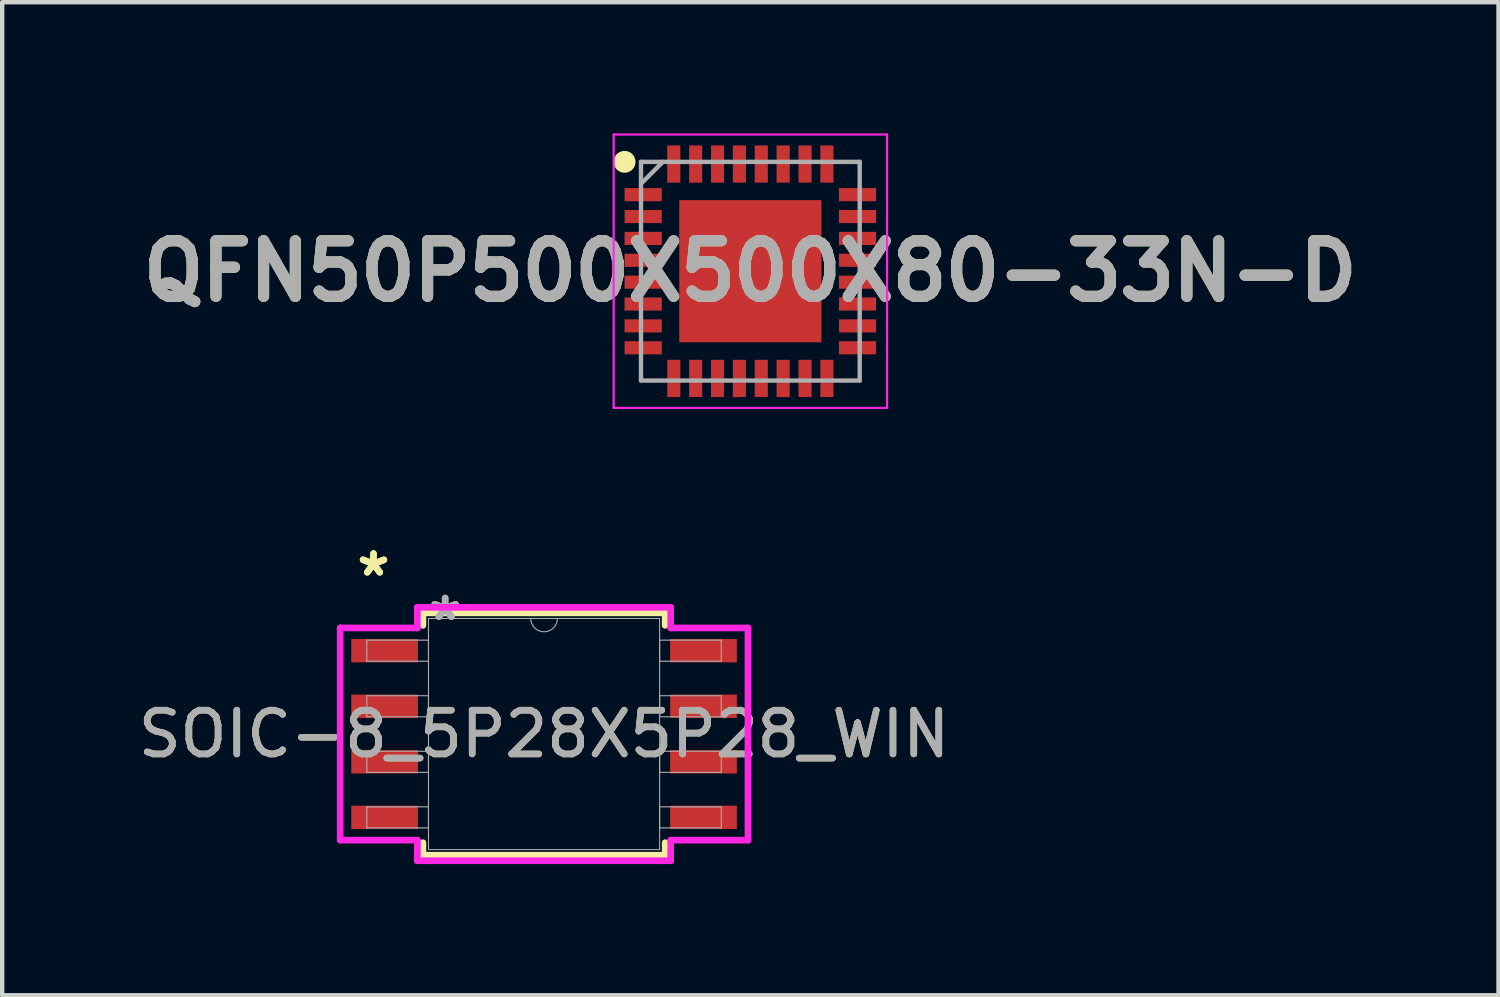
<source format=kicad_pcb>
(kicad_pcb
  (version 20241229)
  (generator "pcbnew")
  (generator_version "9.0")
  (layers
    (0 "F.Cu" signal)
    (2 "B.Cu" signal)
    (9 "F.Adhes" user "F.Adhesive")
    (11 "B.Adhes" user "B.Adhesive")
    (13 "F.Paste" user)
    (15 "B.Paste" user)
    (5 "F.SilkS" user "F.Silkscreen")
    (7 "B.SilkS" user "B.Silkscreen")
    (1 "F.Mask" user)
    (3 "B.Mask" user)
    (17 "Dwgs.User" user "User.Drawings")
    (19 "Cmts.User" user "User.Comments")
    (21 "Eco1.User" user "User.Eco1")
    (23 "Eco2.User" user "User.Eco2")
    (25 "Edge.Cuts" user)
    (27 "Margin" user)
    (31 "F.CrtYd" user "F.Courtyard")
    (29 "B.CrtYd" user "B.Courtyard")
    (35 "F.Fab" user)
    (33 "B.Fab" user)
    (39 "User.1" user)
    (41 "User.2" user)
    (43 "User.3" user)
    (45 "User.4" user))
  (footprint "SOIC-8_5P28X5P28_WIN"
    (layer "F.Cu")
    (at 9.387 13.73)
    (property "Reference" "SOIC-8_5P28X5P28_WIN" (at 0 0 0) (unlocked yes) (layer "F.SilkS") (effects (font (size 1 1) (thickness 0.15))))
    (attr smd)
    (fp_line (start -2.769 -2.769) (end -2.769 -2.484) (stroke (width 0.152) (type solid)) (layer "F.SilkS"))
    (fp_line (start -2.769 2.484) (end -2.769 2.769) (stroke (width 0.152) (type solid)) (layer "F.SilkS"))
    (fp_line (start -2.769 2.769) (end 2.769 2.769) (stroke (width 0.152) (type solid)) (layer "F.SilkS"))
    (fp_line (start 2.769 -2.769) (end -2.769 -2.769) (stroke (width 0.152) (type solid)) (layer "F.SilkS"))
    (fp_line (start 2.769 -2.484) (end 2.769 -2.769) (stroke (width 0.152) (type solid)) (layer "F.SilkS"))
    (fp_line (start 2.769 2.769) (end 2.769 2.484) (stroke (width 0.152) (type solid)) (layer "F.SilkS"))
    (fp_line (start -4.661 -2.426) (end -2.896 -2.426) (stroke (width 0.152) (type solid)) (layer "F.CrtYd"))
    (fp_line (start -4.661 2.426) (end -4.661 -2.426) (stroke (width 0.152) (type solid)) (layer "F.CrtYd"))
    (fp_line (start -4.661 2.426) (end -2.896 2.426) (stroke (width 0.152) (type solid)) (layer "F.CrtYd"))
    (fp_line (start -2.896 -2.896) (end 2.896 -2.896) (stroke (width 0.152) (type solid)) (layer "F.CrtYd"))
    (fp_line (start -2.896 -2.426) (end -2.896 -2.896) (stroke (width 0.152) (type solid)) (layer "F.CrtYd"))
    (fp_line (start -2.896 2.896) (end -2.896 2.426) (stroke (width 0.152) (type solid)) (layer "F.CrtYd"))
    (fp_line (start 2.896 -2.896) (end 2.896 -2.426) (stroke (width 0.152) (type solid)) (layer "F.CrtYd"))
    (fp_line (start 2.896 2.426) (end 2.896 2.896) (stroke (width 0.152) (type solid)) (layer "F.CrtYd"))
    (fp_line (start 2.896 2.896) (end -2.896 2.896) (stroke (width 0.152) (type solid)) (layer "F.CrtYd"))
    (fp_line (start 4.661 -2.426) (end 2.896 -2.426) (stroke (width 0.152) (type solid)) (layer "F.CrtYd"))
    (fp_line (start 4.661 -2.426) (end 4.661 2.426) (stroke (width 0.152) (type solid)) (layer "F.CrtYd"))
    (fp_line (start 4.661 2.426) (end 2.896 2.426) (stroke (width 0.152) (type solid)) (layer "F.CrtYd"))
    (fp_line (start -4.051 -2.146) (end -4.051 -1.664) (stroke (width 0.025) (type solid)) (layer "F.Fab"))
    (fp_line (start -4.051 -1.664) (end -2.642 -1.664) (stroke (width 0.025) (type solid)) (layer "F.Fab"))
    (fp_line (start -4.051 -0.876) (end -4.051 -0.394) (stroke (width 0.025) (type solid)) (layer "F.Fab"))
    (fp_line (start -4.051 -0.394) (end -2.642 -0.394) (stroke (width 0.025) (type solid)) (layer "F.Fab"))
    (fp_line (start -4.051 0.394) (end -4.051 0.876) (stroke (width 0.025) (type solid)) (layer "F.Fab"))
    (fp_line (start -4.051 0.876) (end -2.642 0.876) (stroke (width 0.025) (type solid)) (layer "F.Fab"))
    (fp_line (start -4.051 1.664) (end -4.051 2.146) (stroke (width 0.025) (type solid)) (layer "F.Fab"))
    (fp_line (start -4.051 2.146) (end -2.642 2.146) (stroke (width 0.025) (type solid)) (layer "F.Fab"))
    (fp_line (start -2.642 -2.642) (end -2.642 2.642) (stroke (width 0.025) (type solid)) (layer "F.Fab"))
    (fp_line (start -2.642 -2.146) (end -4.051 -2.146) (stroke (width 0.025) (type solid)) (layer "F.Fab"))
    (fp_line (start -2.642 -1.664) (end -2.642 -2.146) (stroke (width 0.025) (type solid)) (layer "F.Fab"))
    (fp_line (start -2.642 -0.876) (end -4.051 -0.876) (stroke (width 0.025) (type solid)) (layer "F.Fab"))
    (fp_line (start -2.642 -0.394) (end -2.642 -0.876) (stroke (width 0.025) (type solid)) (layer "F.Fab"))
    (fp_line (start -2.642 0.394) (end -4.051 0.394) (stroke (width 0.025) (type solid)) (layer "F.Fab"))
    (fp_line (start -2.642 0.876) (end -2.642 0.394) (stroke (width 0.025) (type solid)) (layer "F.Fab"))
    (fp_line (start -2.642 1.664) (end -4.051 1.664) (stroke (width 0.025) (type solid)) (layer "F.Fab"))
    (fp_line (start -2.642 2.146) (end -2.642 1.664) (stroke (width 0.025) (type solid)) (layer "F.Fab"))
    (fp_line (start -2.642 2.642) (end 2.642 2.642) (stroke (width 0.025) (type solid)) (layer "F.Fab"))
    (fp_line (start 2.642 -2.642) (end -2.642 -2.642) (stroke (width 0.025) (type solid)) (layer "F.Fab"))
    (fp_line (start 2.642 -2.146) (end 2.642 -1.664) (stroke (width 0.025) (type solid)) (layer "F.Fab"))
    (fp_line (start 2.642 -1.664) (end 4.051 -1.664) (stroke (width 0.025) (type solid)) (layer "F.Fab"))
    (fp_line (start 2.642 -0.876) (end 2.642 -0.394) (stroke (width 0.025) (type solid)) (layer "F.Fab"))
    (fp_line (start 2.642 -0.394) (end 4.051 -0.394) (stroke (width 0.025) (type solid)) (layer "F.Fab"))
    (fp_line (start 2.642 0.394) (end 2.642 0.876) (stroke (width 0.025) (type solid)) (layer "F.Fab"))
    (fp_line (start 2.642 0.876) (end 4.051 0.876) (stroke (width 0.025) (type solid)) (layer "F.Fab"))
    (fp_line (start 2.642 1.664) (end 2.642 2.146) (stroke (width 0.025) (type solid)) (layer "F.Fab"))
    (fp_line (start 2.642 2.146) (end 4.051 2.146) (stroke (width 0.025) (type solid)) (layer "F.Fab"))
    (fp_line (start 2.642 2.642) (end 2.642 -2.642) (stroke (width 0.025) (type solid)) (layer "F.Fab"))
    (fp_line (start 4.051 -2.146) (end 2.642 -2.146) (stroke (width 0.025) (type solid)) (layer "F.Fab"))
    (fp_line (start 4.051 -1.664) (end 4.051 -2.146) (stroke (width 0.025) (type solid)) (layer "F.Fab"))
    (fp_line (start 4.051 -0.876) (end 2.642 -0.876) (stroke (width 0.025) (type solid)) (layer "F.Fab"))
    (fp_line (start 4.051 -0.394) (end 4.051 -0.876) (stroke (width 0.025) (type solid)) (layer "F.Fab"))
    (fp_line (start 4.051 0.394) (end 2.642 0.394) (stroke (width 0.025) (type solid)) (layer "F.Fab"))
    (fp_line (start 4.051 0.876) (end 4.051 0.394) (stroke (width 0.025) (type solid)) (layer "F.Fab"))
    (fp_line (start 4.051 1.664) (end 2.642 1.664) (stroke (width 0.025) (type solid)) (layer "F.Fab"))
    (fp_line (start 4.051 2.146) (end 4.051 1.664) (stroke (width 0.025) (type solid)) (layer "F.Fab"))
    (fp_arc (start 0.3048 -2.6416) (mid 0 -2.3368) (end -0.3048 -2.6416) (stroke (width 0.0254) (type solid)) (layer "F.Fab"))
    (fp_text user "*" (at -3.899 -3.581 0) (layer "F.SilkS") (effects (font (size 1 1) (thickness 0.15))))
    (fp_text user "*" (at -3.899 -3.581 0) (unlocked yes) (layer "F.SilkS") (effects (font (size 1 1) (thickness 0.15))))
    (fp_text user "*" (at -2.261 -2.565 0) (unlocked yes) (layer "F.Fab") (effects (font (size 1 1) (thickness 0.15))))
    (fp_text user "${REFERENCE}" (at 0 0 0) (unlocked yes) (layer "F.Fab") (effects (font (size 1 1) (thickness 0.15))))
    (fp_text user "*" (at -2.261 -2.565 0) (layer "F.Fab") (effects (font (size 1 1) (thickness 0.15))))
    (pad "1" smd rect (at -3.645 -1.905) (size 1.524 0.533) (layers "F.Cu" "F.Mask" "F.Paste"))
    (pad "2" smd rect (at -3.645 -0.635) (size 1.524 0.533) (layers "F.Cu" "F.Mask" "F.Paste"))
    (pad "3" smd rect (at -3.645 0.635) (size 1.524 0.533) (layers "F.Cu" "F.Mask" "F.Paste"))
    (pad "4" smd rect (at -3.645 1.905) (size 1.524 0.533) (layers "F.Cu" "F.Mask" "F.Paste"))
    (pad "5" smd rect (at 3.645 1.905) (size 1.524 0.533) (layers "F.Cu" "F.Mask" "F.Paste"))
    (pad "6" smd rect (at 3.645 0.635) (size 1.524 0.533) (layers "F.Cu" "F.Mask" "F.Paste"))
    (pad "7" smd rect (at 3.645 -0.635) (size 1.524 0.533) (layers "F.Cu" "F.Mask" "F.Paste"))
    (pad "8" smd rect (at 3.645 -1.905) (size 1.524 0.533) (layers "F.Cu" "F.Mask" "F.Paste")))
  (footprint "QFN50P500X500X80-33N-D"
    (layer "F.Cu")
    (at 14.103 3.15)
    (property "Reference" "QFN50P500X500X80-33N-D" (at 0 0 0) (layer "F.SilkS") (effects (font (size 1.27 1.27) (thickness 0.254))))
    (attr smd)
    (fp_circle (center -2.875 -2.5) (end -2.875 -2.375) (stroke (width 0.25) (type solid)) (fill no) (layer "F.SilkS"))
    (fp_line (start -3.125 -3.125) (end 3.125 -3.125) (stroke (width 0.05) (type solid)) (layer "F.CrtYd"))
    (fp_line (start -3.125 3.125) (end -3.125 -3.125) (stroke (width 0.05) (type solid)) (layer "F.CrtYd"))
    (fp_line (start 3.125 -3.125) (end 3.125 3.125) (stroke (width 0.05) (type solid)) (layer "F.CrtYd"))
    (fp_line (start 3.125 3.125) (end -3.125 3.125) (stroke (width 0.05) (type solid)) (layer "F.CrtYd"))
    (fp_line (start -2.5 -2.5) (end 2.5 -2.5) (stroke (width 0.1) (type solid)) (layer "F.Fab"))
    (fp_line (start -2.5 -2) (end -2 -2.5) (stroke (width 0.1) (type solid)) (layer "F.Fab"))
    (fp_line (start -2.5 2.5) (end -2.5 -2.5) (stroke (width 0.1) (type solid)) (layer "F.Fab"))
    (fp_line (start 2.5 -2.5) (end 2.5 2.5) (stroke (width 0.1) (type solid)) (layer "F.Fab"))
    (fp_line (start 2.5 2.5) (end -2.5 2.5) (stroke (width 0.1) (type solid)) (layer "F.Fab"))
    (fp_text user "${REFERENCE}" (at 0 0 0) (layer "F.Fab") (effects (font (size 1.27 1.27) (thickness 0.254))))
    (pad "1" smd rect (at -2.45 -1.75 90) (size 0.3 0.85) (layers "F.Cu" "F.Mask" "F.Paste"))
    (pad "2" smd rect (at -2.45 -1.25 90) (size 0.3 0.85) (layers "F.Cu" "F.Mask" "F.Paste"))
    (pad "3" smd rect (at -2.45 -0.75 90) (size 0.3 0.85) (layers "F.Cu" "F.Mask" "F.Paste"))
    (pad "4" smd rect (at -2.45 -0.25 90) (size 0.3 0.85) (layers "F.Cu" "F.Mask" "F.Paste"))
    (pad "5" smd rect (at -2.45 0.25 90) (size 0.3 0.85) (layers "F.Cu" "F.Mask" "F.Paste"))
    (pad "6" smd rect (at -2.45 0.75 90) (size 0.3 0.85) (layers "F.Cu" "F.Mask" "F.Paste"))
    (pad "7" smd rect (at -2.45 1.25 90) (size 0.3 0.85) (layers "F.Cu" "F.Mask" "F.Paste"))
    (pad "8" smd rect (at -2.45 1.75 90) (size 0.3 0.85) (layers "F.Cu" "F.Mask" "F.Paste"))
    (pad "9" smd rect (at -1.75 2.45) (size 0.3 0.85) (layers "F.Cu" "F.Mask" "F.Paste"))
    (pad "10" smd rect (at -1.25 2.45) (size 0.3 0.85) (layers "F.Cu" "F.Mask" "F.Paste"))
    (pad "11" smd rect (at -0.75 2.45) (size 0.3 0.85) (layers "F.Cu" "F.Mask" "F.Paste"))
    (pad "12" smd rect (at -0.25 2.45) (size 0.3 0.85) (layers "F.Cu" "F.Mask" "F.Paste"))
    (pad "13" smd rect (at 0.25 2.45) (size 0.3 0.85) (layers "F.Cu" "F.Mask" "F.Paste"))
    (pad "14" smd rect (at 0.75 2.45) (size 0.3 0.85) (layers "F.Cu" "F.Mask" "F.Paste"))
    (pad "15" smd rect (at 1.25 2.45) (size 0.3 0.85) (layers "F.Cu" "F.Mask" "F.Paste"))
    (pad "16" smd rect (at 1.75 2.45) (size 0.3 0.85) (layers "F.Cu" "F.Mask" "F.Paste"))
    (pad "17" smd rect (at 2.45 1.75 90) (size 0.3 0.85) (layers "F.Cu" "F.Mask" "F.Paste"))
    (pad "18" smd rect (at 2.45 1.25 90) (size 0.3 0.85) (layers "F.Cu" "F.Mask" "F.Paste"))
    (pad "19" smd rect (at 2.45 0.75 90) (size 0.3 0.85) (layers "F.Cu" "F.Mask" "F.Paste"))
    (pad "20" smd rect (at 2.45 0.25 90) (size 0.3 0.85) (layers "F.Cu" "F.Mask" "F.Paste"))
    (pad "21" smd rect (at 2.45 -0.25 90) (size 0.3 0.85) (layers "F.Cu" "F.Mask" "F.Paste"))
    (pad "22" smd rect (at 2.45 -0.75 90) (size 0.3 0.85) (layers "F.Cu" "F.Mask" "F.Paste"))
    (pad "23" smd rect (at 2.45 -1.25 90) (size 0.3 0.85) (layers "F.Cu" "F.Mask" "F.Paste"))
    (pad "24" smd rect (at 2.45 -1.75 90) (size 0.3 0.85) (layers "F.Cu" "F.Mask" "F.Paste"))
    (pad "25" smd rect (at 1.75 -2.45) (size 0.3 0.85) (layers "F.Cu" "F.Mask" "F.Paste"))
    (pad "26" smd rect (at 1.25 -2.45) (size 0.3 0.85) (layers "F.Cu" "F.Mask" "F.Paste"))
    (pad "27" smd rect (at 0.75 -2.45) (size 0.3 0.85) (layers "F.Cu" "F.Mask" "F.Paste"))
    (pad "28" smd rect (at 0.25 -2.45) (size 0.3 0.85) (layers "F.Cu" "F.Mask" "F.Paste"))
    (pad "29" smd rect (at -0.25 -2.45) (size 0.3 0.85) (layers "F.Cu" "F.Mask" "F.Paste"))
    (pad "30" smd rect (at -0.75 -2.45) (size 0.3 0.85) (layers "F.Cu" "F.Mask" "F.Paste"))
    (pad "31" smd rect (at -1.25 -2.45) (size 0.3 0.85) (layers "F.Cu" "F.Mask" "F.Paste"))
    (pad "32" smd rect (at -1.75 -2.45) (size 0.3 0.85) (layers "F.Cu" "F.Mask" "F.Paste"))
    (pad "33" smd rect (at 0 0) (size 3.25 3.25) (layers "F.Cu" "F.Mask" "F.Paste")))
  (gr_rect
    (start -3 -3)
    (end 31.206 19.701)
    (stroke (width 0.1) (type default))
    (fill no)
    (layer "Edge.Cuts")))
</source>
